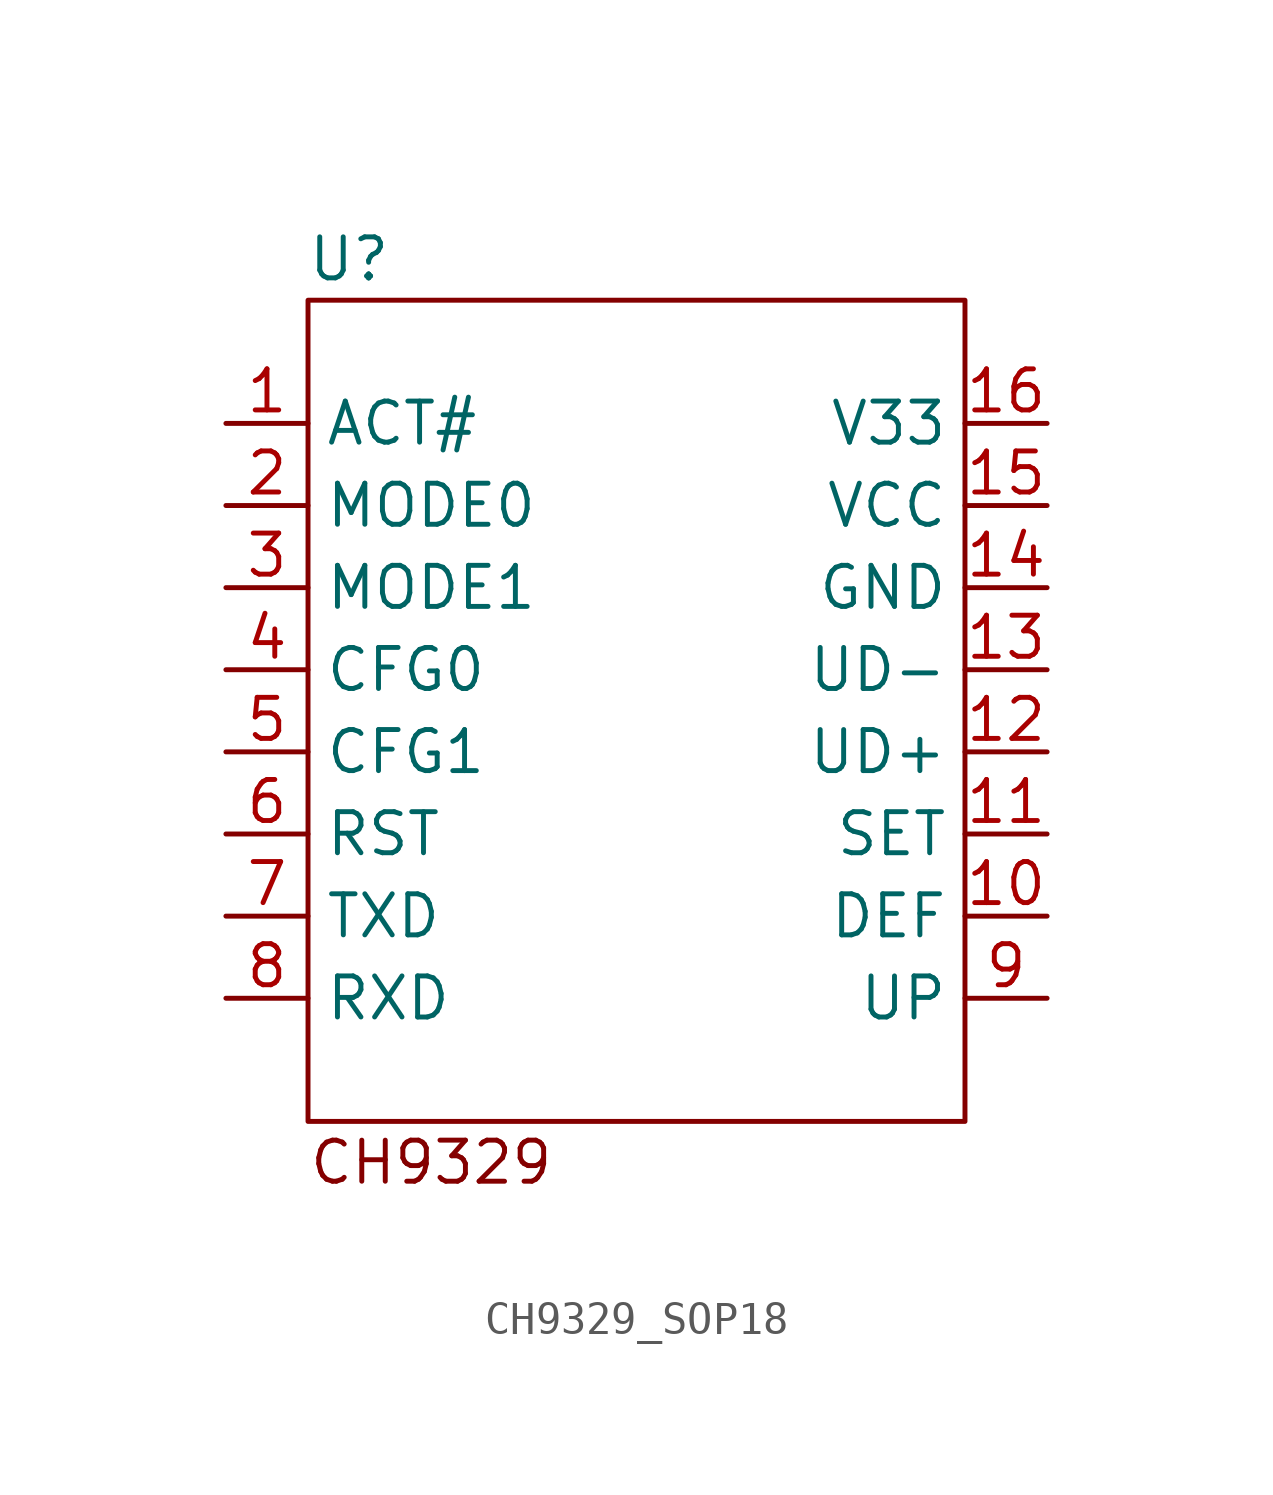
<source format=kicad_sym>
(kicad_symbol_lib
  (version 20220914)
  (generator kicad_symbol_editor)
  (symbol "CH9329_SOP18"
    (property "Reference" "U"
      (at -8.89 13.97 0)
      (effects (font (size 1.27 1.27))))
    (property "Value" ""
      (at 0 8.89 0)
      (effects (font (size 1.27 1.27))))
    (symbol "CH9329_SOP18_0_0"
      (pin passive line (at -12.7 8.89 0) (length 2.54) (name "ACT#" (effects (font (size 1.27 1.27)))) (number "1" (effects (font (size 1.27 1.27)))))
      (pin passive line (at 12.7 -6.35 180) (length 2.54) (name "DEF" (effects (font (size 1.27 1.27)))) (number "10" (effects (font (size 1.27 1.27)))))
      (pin passive line (at 12.7 -3.81 180) (length 2.54) (name "SET" (effects (font (size 1.27 1.27)))) (number "11" (effects (font (size 1.27 1.27)))))
      (pin passive line (at 12.7 -1.27 180) (length 2.54) (name "UD+" (effects (font (size 1.27 1.27)))) (number "12" (effects (font (size 1.27 1.27)))))
      (pin passive line (at 12.7 1.27 180) (length 2.54) (name "UD-" (effects (font (size 1.27 1.27)))) (number "13" (effects (font (size 1.27 1.27)))))
      (pin passive line (at 12.7 3.81 180) (length 2.54) (name "GND" (effects (font (size 1.27 1.27)))) (number "14" (effects (font (size 1.27 1.27)))))
      (pin passive line (at 12.7 6.35 180) (length 2.54) (name "VCC" (effects (font (size 1.27 1.27)))) (number "15" (effects (font (size 1.27 1.27)))))
      (pin passive line (at 12.7 8.89 180) (length 2.54) (name "V33" (effects (font (size 1.27 1.27)))) (number "16" (effects (font (size 1.27 1.27)))))
      (pin passive line (at -12.7 6.35 0) (length 2.54) (name "MODE0" (effects (font (size 1.27 1.27)))) (number "2" (effects (font (size 1.27 1.27)))))
      (pin passive line (at -12.7 3.81 0) (length 2.54) (name "MODE1" (effects (font (size 1.27 1.27)))) (number "3" (effects (font (size 1.27 1.27)))))
      (pin passive line (at -12.7 1.27 0) (length 2.54) (name "CFG0" (effects (font (size 1.27 1.27)))) (number "4" (effects (font (size 1.27 1.27)))))
      (pin passive line (at -12.7 -1.27 0) (length 2.54) (name "CFG1" (effects (font (size 1.27 1.27)))) (number "5" (effects (font (size 1.27 1.27)))))
      (pin passive line (at -12.7 -3.81 0) (length 2.54) (name "RST" (effects (font (size 1.27 1.27)))) (number "6" (effects (font (size 1.27 1.27)))))
      (pin passive line (at -12.7 -6.35 0) (length 2.54) (name "TXD" (effects (font (size 1.27 1.27)))) (number "7" (effects (font (size 1.27 1.27)))))
      (pin passive line (at -12.7 -8.89 0) (length 2.54) (name "RXD" (effects (font (size 1.27 1.27)))) (number "8" (effects (font (size 1.27 1.27)))))
      (pin passive line (at 12.7 -8.89 180) (length 2.54) (name "UP" (effects (font (size 1.27 1.27)))) (number "9" (effects (font (size 1.27 1.27))))))
    (symbol "CH9329_SOP18_1_1"
      (rectangle (start -10.16 12.7) (end 10.16 -12.7) (stroke (width 0) (type default)) (fill (type none)))
      (text "CH9329" (at -6.35 -13.97 0) (effects (font (size 1.27 1.27)))))))
</source>
